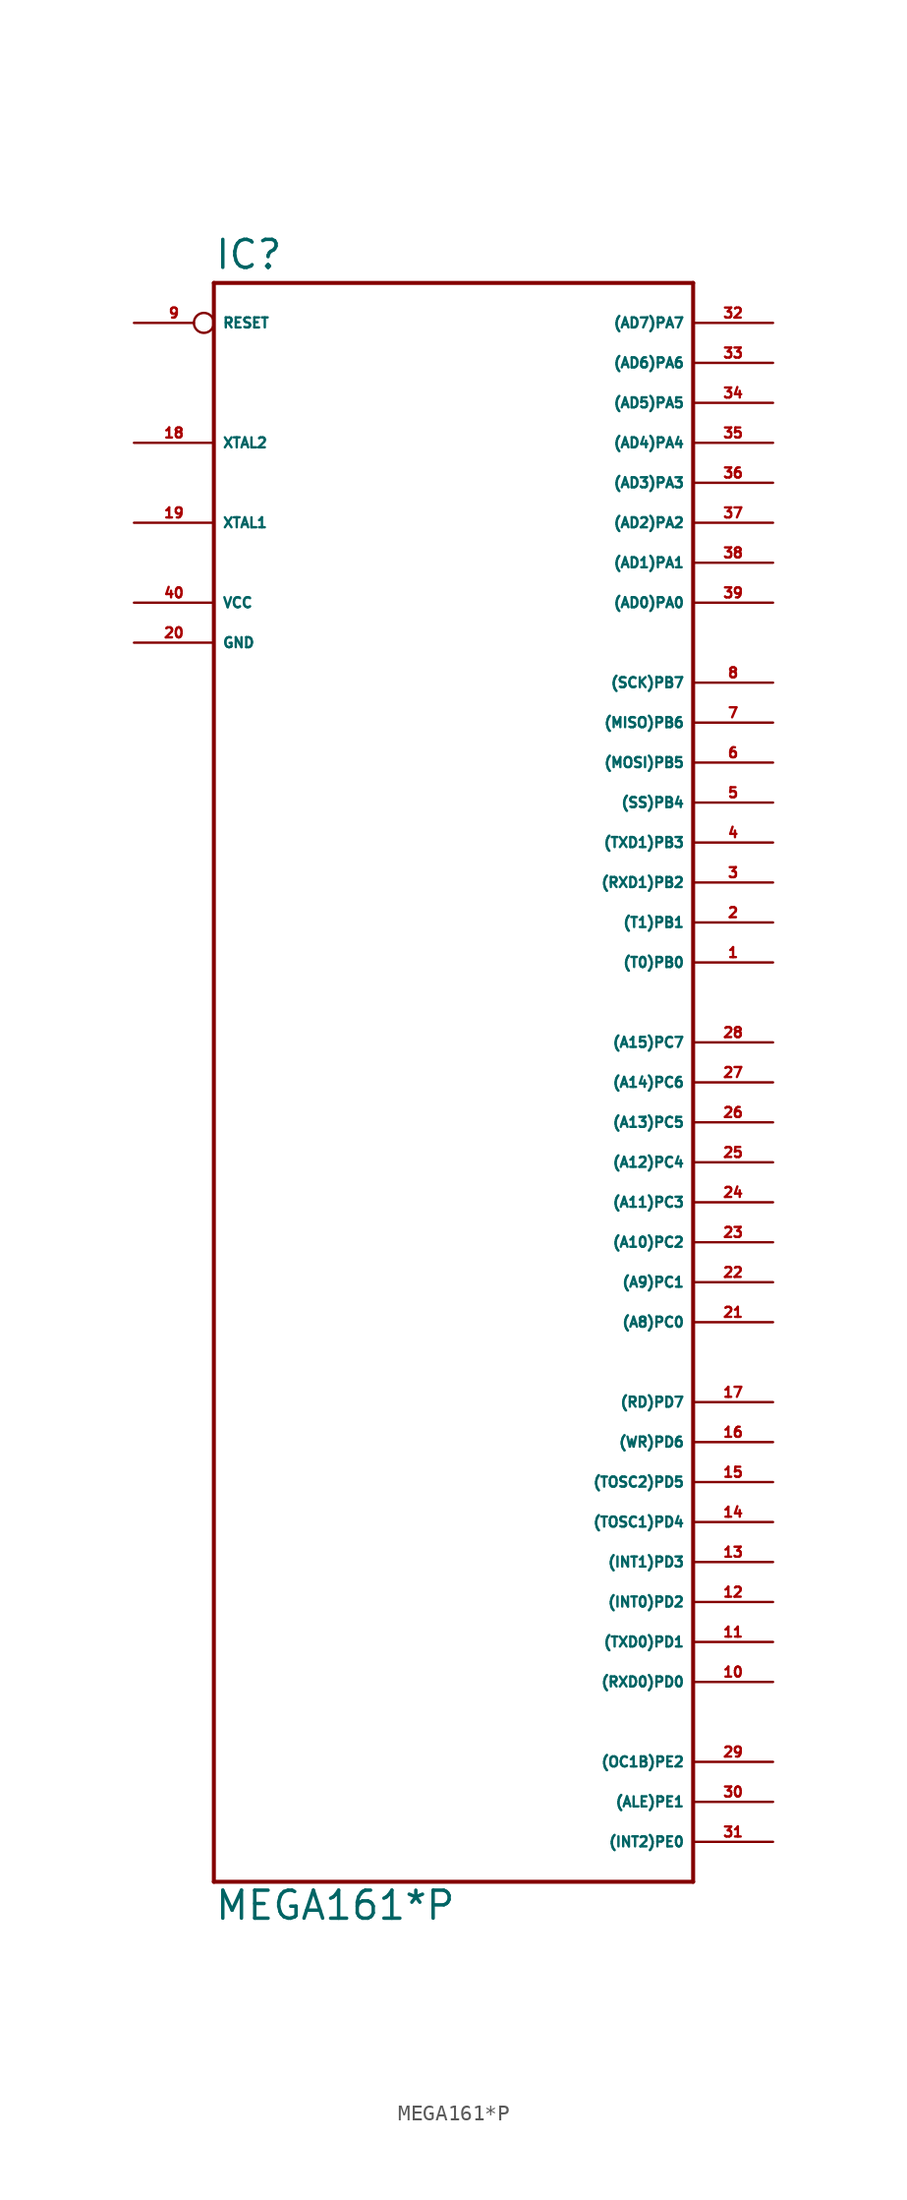
<source format=kicad_sym>
(kicad_symbol_lib
  (version 20220914)
  (generator Eagle2Kicad)
  (symbol "MEGA161*P"
    (property "Reference" "IC"
      (at -15.24 43.942 0)
      (effects (font (size 1.778 1.778) (thickness 0.22)) (justify left bottom)))
    (property "Value" "MEGA161*P"
      (at -15.24 -60.96 0)
      (effects (font (size 1.778 1.778) (thickness 0.22)) (justify left bottom)))
    (polyline
      (pts (xy -15.24 43.18) (xy 15.24 43.18))
      (stroke (width 0.254) (type default))
      (fill (type none)))
    (polyline
      (pts (xy 15.24 43.18) (xy 15.24 -58.42))
      (stroke (width 0.254) (type default))
      (fill (type none)))
    (polyline
      (pts (xy 15.24 -58.42) (xy -15.24 -58.42))
      (stroke (width 0.254) (type default))
      (fill (type none)))
    (polyline
      (pts (xy -15.24 -58.42) (xy -15.24 43.18))
      (stroke (width 0.254) (type default))
      (fill (type none)))
    (pin bidirectional line
      (at 20.32 40.64 180)
      (length 5.08)
      (name "(AD7)PA7" (effects (font (size 0.635 0.635) (thickness 0.08)) (justify left bottom)))
      (number "32" (effects (font (size 0.635 0.635) (thickness 0.08)) (justify left bottom))))
    (pin bidirectional line
      (at 20.32 38.1 180)
      (length 5.08)
      (name "(AD6)PA6" (effects (font (size 0.635 0.635) (thickness 0.08)) (justify left bottom)))
      (number "33" (effects (font (size 0.635 0.635) (thickness 0.08)) (justify left bottom))))
    (pin bidirectional line
      (at 20.32 35.56 180)
      (length 5.08)
      (name "(AD5)PA5" (effects (font (size 0.635 0.635) (thickness 0.08)) (justify left bottom)))
      (number "34" (effects (font (size 0.635 0.635) (thickness 0.08)) (justify left bottom))))
    (pin bidirectional line
      (at 20.32 33.02 180)
      (length 5.08)
      (name "(AD4)PA4" (effects (font (size 0.635 0.635) (thickness 0.08)) (justify left bottom)))
      (number "35" (effects (font (size 0.635 0.635) (thickness 0.08)) (justify left bottom))))
    (pin bidirectional line
      (at 20.32 30.48 180)
      (length 5.08)
      (name "(AD3)PA3" (effects (font (size 0.635 0.635) (thickness 0.08)) (justify left bottom)))
      (number "36" (effects (font (size 0.635 0.635) (thickness 0.08)) (justify left bottom))))
    (pin bidirectional line
      (at 20.32 27.94 180)
      (length 5.08)
      (name "(AD2)PA2" (effects (font (size 0.635 0.635) (thickness 0.08)) (justify left bottom)))
      (number "37" (effects (font (size 0.635 0.635) (thickness 0.08)) (justify left bottom))))
    (pin bidirectional line
      (at 20.32 25.4 180)
      (length 5.08)
      (name "(AD1)PA1" (effects (font (size 0.635 0.635) (thickness 0.08)) (justify left bottom)))
      (number "38" (effects (font (size 0.635 0.635) (thickness 0.08)) (justify left bottom))))
    (pin bidirectional line
      (at 20.32 22.86 180)
      (length 5.08)
      (name "(AD0)PA0" (effects (font (size 0.635 0.635) (thickness 0.08)) (justify left bottom)))
      (number "39" (effects (font (size 0.635 0.635) (thickness 0.08)) (justify left bottom))))
    (pin bidirectional line
      (at 20.32 17.78 180)
      (length 5.08)
      (name "(SCK)PB7" (effects (font (size 0.635 0.635) (thickness 0.08)) (justify left bottom)))
      (number "8" (effects (font (size 0.635 0.635) (thickness 0.08)) (justify left bottom))))
    (pin bidirectional line
      (at 20.32 15.24 180)
      (length 5.08)
      (name "(MISO)PB6" (effects (font (size 0.635 0.635) (thickness 0.08)) (justify left bottom)))
      (number "7" (effects (font (size 0.635 0.635) (thickness 0.08)) (justify left bottom))))
    (pin bidirectional line
      (at 20.32 12.7 180)
      (length 5.08)
      (name "(MOSI)PB5" (effects (font (size 0.635 0.635) (thickness 0.08)) (justify left bottom)))
      (number "6" (effects (font (size 0.635 0.635) (thickness 0.08)) (justify left bottom))))
    (pin bidirectional line
      (at 20.32 10.16 180)
      (length 5.08)
      (name "(SS)PB4" (effects (font (size 0.635 0.635) (thickness 0.08)) (justify left bottom)))
      (number "5" (effects (font (size 0.635 0.635) (thickness 0.08)) (justify left bottom))))
    (pin bidirectional line
      (at 20.32 7.62 180)
      (length 5.08)
      (name "(TXD1)PB3" (effects (font (size 0.635 0.635) (thickness 0.08)) (justify left bottom)))
      (number "4" (effects (font (size 0.635 0.635) (thickness 0.08)) (justify left bottom))))
    (pin bidirectional line
      (at 20.32 5.08 180)
      (length 5.08)
      (name "(RXD1)PB2" (effects (font (size 0.635 0.635) (thickness 0.08)) (justify left bottom)))
      (number "3" (effects (font (size 0.635 0.635) (thickness 0.08)) (justify left bottom))))
    (pin bidirectional line
      (at 20.32 2.54 180)
      (length 5.08)
      (name "(T1)PB1" (effects (font (size 0.635 0.635) (thickness 0.08)) (justify left bottom)))
      (number "2" (effects (font (size 0.635 0.635) (thickness 0.08)) (justify left bottom))))
    (pin bidirectional line
      (at 20.32 0 180)
      (length 5.08)
      (name "(T0)PB0" (effects (font (size 0.635 0.635) (thickness 0.08)) (justify left bottom)))
      (number "1" (effects (font (size 0.635 0.635) (thickness 0.08)) (justify left bottom))))
    (pin bidirectional line
      (at 20.32 -5.08 180)
      (length 5.08)
      (name "(A15)PC7" (effects (font (size 0.635 0.635) (thickness 0.08)) (justify left bottom)))
      (number "28" (effects (font (size 0.635 0.635) (thickness 0.08)) (justify left bottom))))
    (pin bidirectional line
      (at 20.32 -7.62 180)
      (length 5.08)
      (name "(A14)PC6" (effects (font (size 0.635 0.635) (thickness 0.08)) (justify left bottom)))
      (number "27" (effects (font (size 0.635 0.635) (thickness 0.08)) (justify left bottom))))
    (pin bidirectional line
      (at 20.32 -10.16 180)
      (length 5.08)
      (name "(A13)PC5" (effects (font (size 0.635 0.635) (thickness 0.08)) (justify left bottom)))
      (number "26" (effects (font (size 0.635 0.635) (thickness 0.08)) (justify left bottom))))
    (pin bidirectional line
      (at 20.32 -12.7 180)
      (length 5.08)
      (name "(A12)PC4" (effects (font (size 0.635 0.635) (thickness 0.08)) (justify left bottom)))
      (number "25" (effects (font (size 0.635 0.635) (thickness 0.08)) (justify left bottom))))
    (pin bidirectional line
      (at 20.32 -15.24 180)
      (length 5.08)
      (name "(A11)PC3" (effects (font (size 0.635 0.635) (thickness 0.08)) (justify left bottom)))
      (number "24" (effects (font (size 0.635 0.635) (thickness 0.08)) (justify left bottom))))
    (pin bidirectional line
      (at 20.32 -17.78 180)
      (length 5.08)
      (name "(A10)PC2" (effects (font (size 0.635 0.635) (thickness 0.08)) (justify left bottom)))
      (number "23" (effects (font (size 0.635 0.635) (thickness 0.08)) (justify left bottom))))
    (pin bidirectional line
      (at 20.32 -20.32 180)
      (length 5.08)
      (name "(A9)PC1" (effects (font (size 0.635 0.635) (thickness 0.08)) (justify left bottom)))
      (number "22" (effects (font (size 0.635 0.635) (thickness 0.08)) (justify left bottom))))
    (pin bidirectional line
      (at 20.32 -22.86 180)
      (length 5.08)
      (name "(A8)PC0" (effects (font (size 0.635 0.635) (thickness 0.08)) (justify left bottom)))
      (number "21" (effects (font (size 0.635 0.635) (thickness 0.08)) (justify left bottom))))
    (pin bidirectional line
      (at 20.32 -27.94 180)
      (length 5.08)
      (name "(RD)PD7" (effects (font (size 0.635 0.635) (thickness 0.08)) (justify left bottom)))
      (number "17" (effects (font (size 0.635 0.635) (thickness 0.08)) (justify left bottom))))
    (pin bidirectional line
      (at 20.32 -30.48 180)
      (length 5.08)
      (name "(WR)PD6" (effects (font (size 0.635 0.635) (thickness 0.08)) (justify left bottom)))
      (number "16" (effects (font (size 0.635 0.635) (thickness 0.08)) (justify left bottom))))
    (pin bidirectional line
      (at 20.32 -33.02 180)
      (length 5.08)
      (name "(TOSC2)PD5" (effects (font (size 0.635 0.635) (thickness 0.08)) (justify left bottom)))
      (number "15" (effects (font (size 0.635 0.635) (thickness 0.08)) (justify left bottom))))
    (pin bidirectional line
      (at 20.32 -35.56 180)
      (length 5.08)
      (name "(TOSC1)PD4" (effects (font (size 0.635 0.635) (thickness 0.08)) (justify left bottom)))
      (number "14" (effects (font (size 0.635 0.635) (thickness 0.08)) (justify left bottom))))
    (pin bidirectional line
      (at 20.32 -38.1 180)
      (length 5.08)
      (name "(INT1)PD3" (effects (font (size 0.635 0.635) (thickness 0.08)) (justify left bottom)))
      (number "13" (effects (font (size 0.635 0.635) (thickness 0.08)) (justify left bottom))))
    (pin bidirectional line
      (at 20.32 -40.64 180)
      (length 5.08)
      (name "(INT0)PD2" (effects (font (size 0.635 0.635) (thickness 0.08)) (justify left bottom)))
      (number "12" (effects (font (size 0.635 0.635) (thickness 0.08)) (justify left bottom))))
    (pin bidirectional line
      (at 20.32 -43.18 180)
      (length 5.08)
      (name "(TXD0)PD1" (effects (font (size 0.635 0.635) (thickness 0.08)) (justify left bottom)))
      (number "11" (effects (font (size 0.635 0.635) (thickness 0.08)) (justify left bottom))))
    (pin bidirectional line
      (at 20.32 -45.72 180)
      (length 5.08)
      (name "(RXD0)PD0" (effects (font (size 0.635 0.635) (thickness 0.08)) (justify left bottom)))
      (number "10" (effects (font (size 0.635 0.635) (thickness 0.08)) (justify left bottom))))
    (pin bidirectional line
      (at 20.32 -50.8 180)
      (length 5.08)
      (name "(OC1B)PE2" (effects (font (size 0.635 0.635) (thickness 0.08)) (justify left bottom)))
      (number "29" (effects (font (size 0.635 0.635) (thickness 0.08)) (justify left bottom))))
    (pin bidirectional line
      (at 20.32 -53.34 180)
      (length 5.08)
      (name "(ALE)PE1" (effects (font (size 0.635 0.635) (thickness 0.08)) (justify left bottom)))
      (number "30" (effects (font (size 0.635 0.635) (thickness 0.08)) (justify left bottom))))
    (pin bidirectional line
      (at 20.32 -55.88 180)
      (length 5.08)
      (name "(INT2)PE0" (effects (font (size 0.635 0.635) (thickness 0.08)) (justify left bottom)))
      (number "31" (effects (font (size 0.635 0.635) (thickness 0.08)) (justify left bottom))))
    (pin input inverted
      (at -20.32 40.64 0)
      (length 5.08)
      (name "RESET" (effects (font (size 0.635 0.635) (thickness 0.08)) (justify left bottom)))
      (number "9" (effects (font (size 0.635 0.635) (thickness 0.08)) (justify left bottom))))
    (pin unspecified line
      (at -20.32 22.86 0)
      (length 5.08)
      (name "VCC" (effects (font (size 0.635 0.635) (thickness 0.08)) (justify left bottom)))
      (number "40" (effects (font (size 0.635 0.635) (thickness 0.08)) (justify left bottom))))
    (pin unspecified line
      (at -20.32 20.32 0)
      (length 5.08)
      (name "GND" (effects (font (size 0.635 0.635) (thickness 0.08)) (justify left bottom)))
      (number "20" (effects (font (size 0.635 0.635) (thickness 0.08)) (justify left bottom))))
    (pin input line
      (at -20.32 33.02 0)
      (length 5.08)
      (name "XTAL2" (effects (font (size 0.635 0.635) (thickness 0.08)) (justify left bottom)))
      (number "18" (effects (font (size 0.635 0.635) (thickness 0.08)) (justify left bottom))))
    (pin input line
      (at -20.32 27.94 0)
      (length 5.08)
      (name "XTAL1" (effects (font (size 0.635 0.635) (thickness 0.08)) (justify left bottom)))
      (number "19" (effects (font (size 0.635 0.635) (thickness 0.08)) (justify left bottom))))))
</source>
